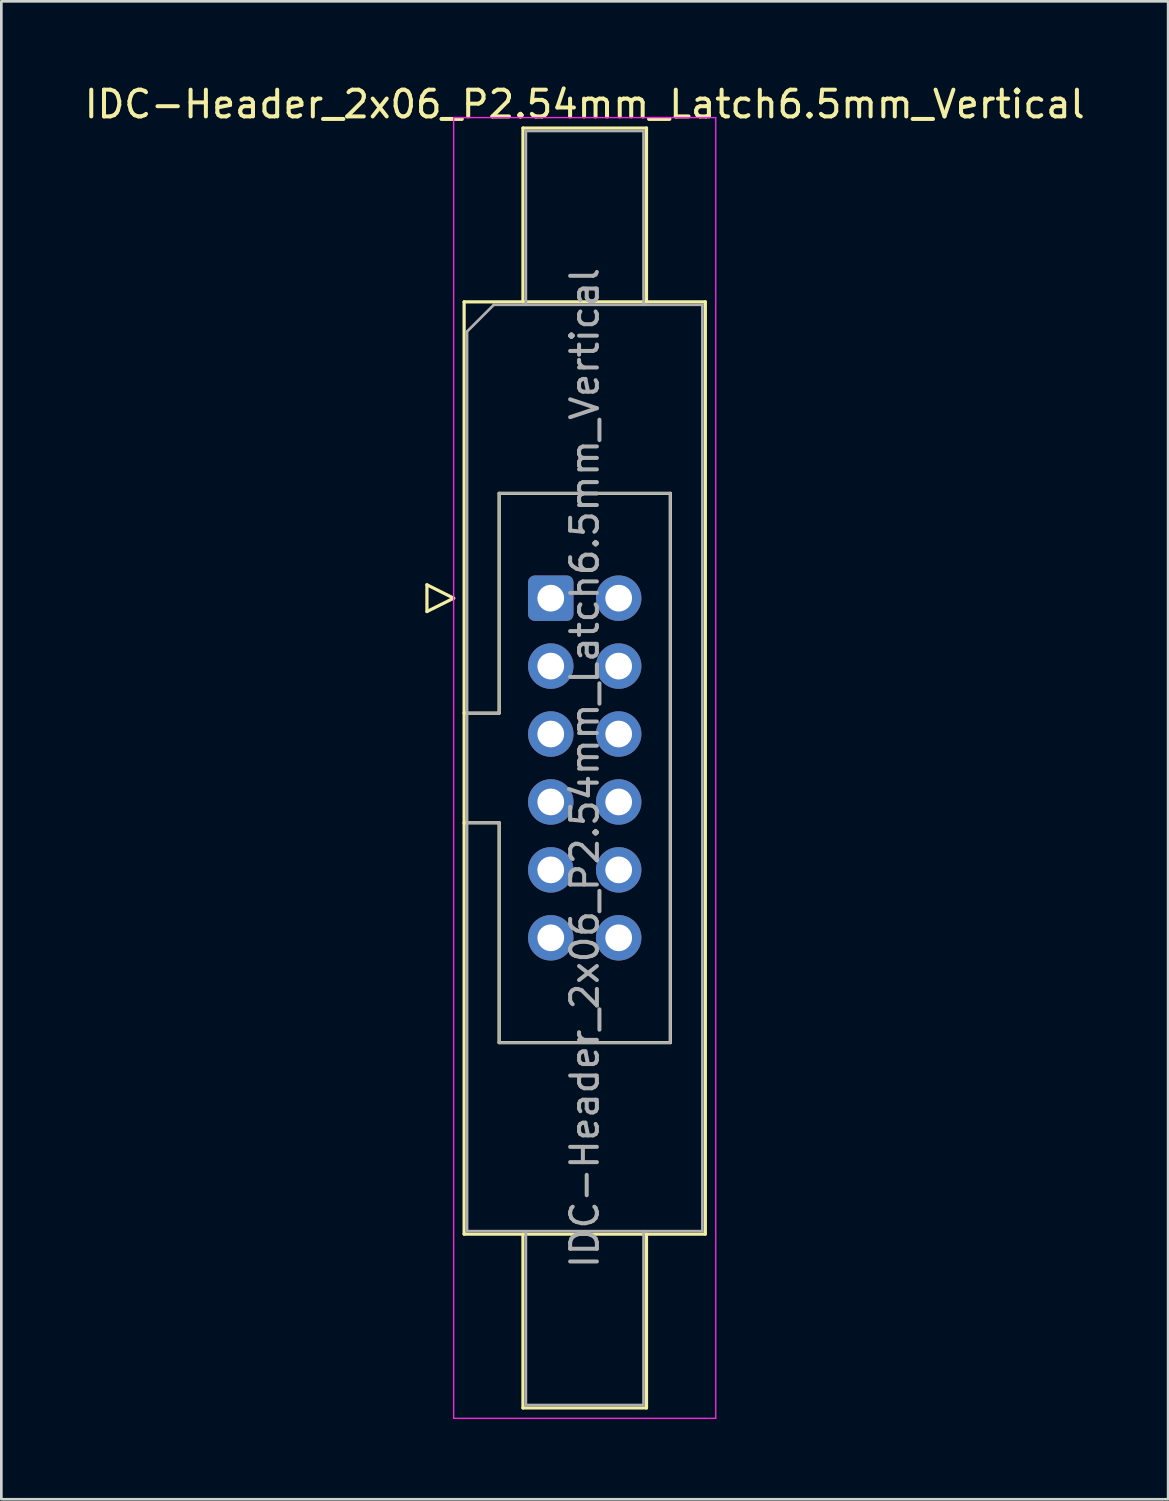
<source format=kicad_pcb>
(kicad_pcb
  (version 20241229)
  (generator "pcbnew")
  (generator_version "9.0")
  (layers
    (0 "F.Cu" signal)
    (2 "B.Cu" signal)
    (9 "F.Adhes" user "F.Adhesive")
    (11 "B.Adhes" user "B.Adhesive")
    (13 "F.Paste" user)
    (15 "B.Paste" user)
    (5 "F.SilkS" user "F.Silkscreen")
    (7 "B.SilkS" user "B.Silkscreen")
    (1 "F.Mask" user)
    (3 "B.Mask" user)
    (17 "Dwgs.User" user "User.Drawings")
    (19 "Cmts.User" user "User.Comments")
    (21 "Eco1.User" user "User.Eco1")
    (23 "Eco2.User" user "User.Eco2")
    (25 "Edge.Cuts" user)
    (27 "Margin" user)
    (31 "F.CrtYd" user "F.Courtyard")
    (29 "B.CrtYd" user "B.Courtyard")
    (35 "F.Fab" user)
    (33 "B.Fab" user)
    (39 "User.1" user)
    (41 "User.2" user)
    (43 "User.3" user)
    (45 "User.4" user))
  (footprint "IDC-Header_2x06_P2.54mm_Latch6.5mm_Vertical"
    (layer "F.Cu")
    (at 17.545 19.318)
    (property "Reference" "IDC-Header_2x06_P2.54mm_Latch6.5mm_Vertical" (at 1.27 -18.47 0) (layer "F.SilkS") (effects (font (size 1 1) (thickness 0.15))))
    (attr through_hole)
    (fp_line (start -4.63 -0.5) (end -4.63 0.5) (stroke (width 0.12) (type solid)) (layer "F.SilkS"))
    (fp_line (start -4.63 0.5) (end -3.63 0) (stroke (width 0.12) (type solid)) (layer "F.SilkS"))
    (fp_line (start -3.63 0) (end -4.63 -0.5) (stroke (width 0.12) (type solid)) (layer "F.SilkS"))
    (fp_line (start -3.24 -11.08) (end 5.78 -11.08) (stroke (width 0.12) (type solid)) (layer "F.SilkS"))
    (fp_line (start -3.24 4.3) (end -1.93 4.3) (stroke (width 0.12) (type solid)) (layer "F.SilkS"))
    (fp_line (start -3.24 23.78) (end -3.24 -11.08) (stroke (width 0.12) (type solid)) (layer "F.SilkS"))
    (fp_line (start -1.93 -3.92) (end 4.47 -3.92) (stroke (width 0.12) (type solid)) (layer "F.SilkS"))
    (fp_line (start -1.93 4.3) (end -1.93 -3.92) (stroke (width 0.12) (type solid)) (layer "F.SilkS"))
    (fp_line (start -1.93 8.4) (end -3.24 8.4) (stroke (width 0.12) (type solid)) (layer "F.SilkS"))
    (fp_line (start -1.93 8.4) (end -1.93 8.4) (stroke (width 0.12) (type solid)) (layer "F.SilkS"))
    (fp_line (start -1.93 16.62) (end -1.93 8.4) (stroke (width 0.12) (type solid)) (layer "F.SilkS"))
    (fp_line (start -1.04 -17.58) (end 3.58 -17.58) (stroke (width 0.12) (type solid)) (layer "F.SilkS"))
    (fp_line (start -1.04 -11.08) (end -1.04 -17.58) (stroke (width 0.12) (type solid)) (layer "F.SilkS"))
    (fp_line (start -1.04 23.78) (end -1.04 30.28) (stroke (width 0.12) (type solid)) (layer "F.SilkS"))
    (fp_line (start -1.04 30.28) (end 3.58 30.28) (stroke (width 0.12) (type solid)) (layer "F.SilkS"))
    (fp_line (start 3.58 -17.58) (end 3.58 -11.08) (stroke (width 0.12) (type solid)) (layer "F.SilkS"))
    (fp_line (start 3.58 30.28) (end 3.58 23.78) (stroke (width 0.12) (type solid)) (layer "F.SilkS"))
    (fp_line (start 4.47 -3.92) (end 4.47 16.62) (stroke (width 0.12) (type solid)) (layer "F.SilkS"))
    (fp_line (start 4.47 16.62) (end -1.93 16.62) (stroke (width 0.12) (type solid)) (layer "F.SilkS"))
    (fp_line (start 5.78 -11.08) (end 5.78 23.78) (stroke (width 0.12) (type solid)) (layer "F.SilkS"))
    (fp_line (start 5.78 23.78) (end -3.24 23.78) (stroke (width 0.12) (type solid)) (layer "F.SilkS"))
    (fp_line (start -3.63 -17.97) (end -3.63 30.67) (stroke (width 0.05) (type solid)) (layer "F.CrtYd"))
    (fp_line (start -3.63 30.67) (end 6.17 30.67) (stroke (width 0.05) (type solid)) (layer "F.CrtYd"))
    (fp_line (start 6.17 -17.97) (end -3.63 -17.97) (stroke (width 0.05) (type solid)) (layer "F.CrtYd"))
    (fp_line (start 6.17 30.67) (end 6.17 -17.97) (stroke (width 0.05) (type solid)) (layer "F.CrtYd"))
    (fp_line (start -3.13 -9.97) (end -2.13 -10.97) (stroke (width 0.1) (type solid)) (layer "F.Fab"))
    (fp_line (start -3.13 4.3) (end -1.93 4.3) (stroke (width 0.1) (type solid)) (layer "F.Fab"))
    (fp_line (start -3.13 23.67) (end -3.13 -9.97) (stroke (width 0.1) (type solid)) (layer "F.Fab"))
    (fp_line (start -2.13 -10.97) (end 5.67 -10.97) (stroke (width 0.1) (type solid)) (layer "F.Fab"))
    (fp_line (start -1.93 -3.92) (end 4.47 -3.92) (stroke (width 0.1) (type solid)) (layer "F.Fab"))
    (fp_line (start -1.93 4.3) (end -1.93 -3.92) (stroke (width 0.1) (type solid)) (layer "F.Fab"))
    (fp_line (start -1.93 8.4) (end -3.13 8.4) (stroke (width 0.1) (type solid)) (layer "F.Fab"))
    (fp_line (start -1.93 8.4) (end -1.93 8.4) (stroke (width 0.1) (type solid)) (layer "F.Fab"))
    (fp_line (start -1.93 16.62) (end -1.93 8.4) (stroke (width 0.1) (type solid)) (layer "F.Fab"))
    (fp_line (start -0.93 -17.47) (end 3.47 -17.47) (stroke (width 0.1) (type solid)) (layer "F.Fab"))
    (fp_line (start -0.93 -10.97) (end -0.93 -17.47) (stroke (width 0.1) (type solid)) (layer "F.Fab"))
    (fp_line (start -0.93 23.67) (end -0.93 30.17) (stroke (width 0.1) (type solid)) (layer "F.Fab"))
    (fp_line (start -0.93 30.17) (end 3.47 30.17) (stroke (width 0.1) (type solid)) (layer "F.Fab"))
    (fp_line (start 3.47 -17.47) (end 3.47 -10.97) (stroke (width 0.1) (type solid)) (layer "F.Fab"))
    (fp_line (start 3.47 30.17) (end 3.47 23.67) (stroke (width 0.1) (type solid)) (layer "F.Fab"))
    (fp_line (start 4.47 -3.92) (end 4.47 16.62) (stroke (width 0.1) (type solid)) (layer "F.Fab"))
    (fp_line (start 4.47 16.62) (end -1.93 16.62) (stroke (width 0.1) (type solid)) (layer "F.Fab"))
    (fp_line (start 5.67 -10.97) (end 5.67 23.67) (stroke (width 0.1) (type solid)) (layer "F.Fab"))
    (fp_line (start 5.67 23.67) (end -3.13 23.67) (stroke (width 0.1) (type solid)) (layer "F.Fab"))
    (fp_text user "${REFERENCE}" (at 1.27 6.35 90) (layer "F.Fab") (effects (font (size 1 1) (thickness 0.15))))
    (pad "1" thru_hole roundrect (at 0 0) (size 1.7 1.7) (drill 1) (layers "*.Cu" "*.Mask") (roundrect_rratio 0.147))
    (pad "2" thru_hole circle (at 2.54 0) (size 1.7 1.7) (drill 1) (layers "*.Cu" "*.Mask"))
    (pad "3" thru_hole circle (at 0 2.54) (size 1.7 1.7) (drill 1) (layers "*.Cu" "*.Mask"))
    (pad "4" thru_hole circle (at 2.54 2.54) (size 1.7 1.7) (drill 1) (layers "*.Cu" "*.Mask"))
    (pad "5" thru_hole circle (at 0 5.08) (size 1.7 1.7) (drill 1) (layers "*.Cu" "*.Mask"))
    (pad "6" thru_hole circle (at 2.54 5.08) (size 1.7 1.7) (drill 1) (layers "*.Cu" "*.Mask"))
    (pad "7" thru_hole circle (at 0 7.62) (size 1.7 1.7) (drill 1) (layers "*.Cu" "*.Mask"))
    (pad "8" thru_hole circle (at 2.54 7.62) (size 1.7 1.7) (drill 1) (layers "*.Cu" "*.Mask"))
    (pad "9" thru_hole circle (at 0 10.16) (size 1.7 1.7) (drill 1) (layers "*.Cu" "*.Mask"))
    (pad "10" thru_hole circle (at 2.54 10.16) (size 1.7 1.7) (drill 1) (layers "*.Cu" "*.Mask"))
    (pad "11" thru_hole circle (at 0 12.7) (size 1.7 1.7) (drill 1) (layers "*.Cu" "*.Mask"))
    (pad "12" thru_hole circle (at 2.54 12.7) (size 1.7 1.7) (drill 1) (layers "*.Cu" "*.Mask")))
  (gr_rect
    (start -3 -3)
    (end 40.631 53.013)
    (stroke (width 0.1) (type default))
    (fill no)
    (layer "Edge.Cuts")))
</source>
